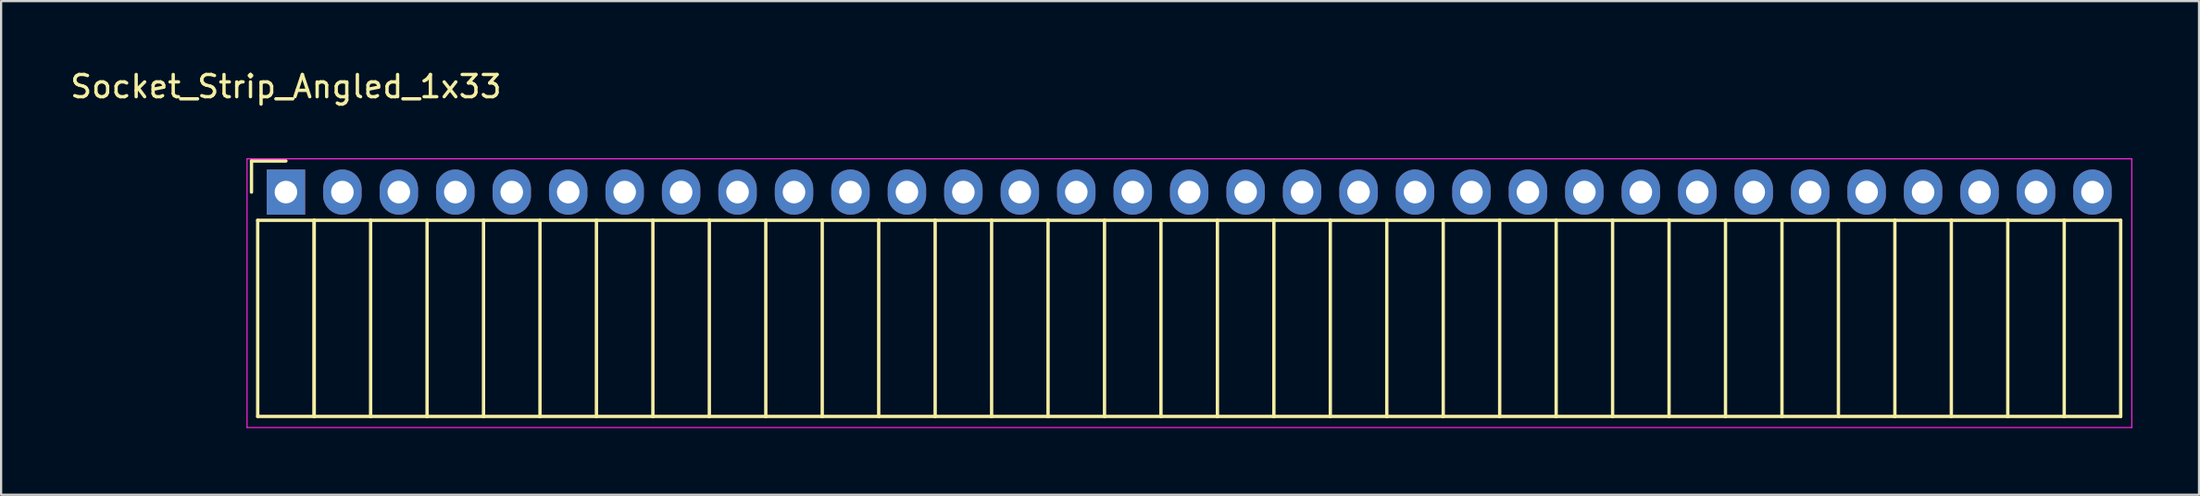
<source format=kicad_pcb>
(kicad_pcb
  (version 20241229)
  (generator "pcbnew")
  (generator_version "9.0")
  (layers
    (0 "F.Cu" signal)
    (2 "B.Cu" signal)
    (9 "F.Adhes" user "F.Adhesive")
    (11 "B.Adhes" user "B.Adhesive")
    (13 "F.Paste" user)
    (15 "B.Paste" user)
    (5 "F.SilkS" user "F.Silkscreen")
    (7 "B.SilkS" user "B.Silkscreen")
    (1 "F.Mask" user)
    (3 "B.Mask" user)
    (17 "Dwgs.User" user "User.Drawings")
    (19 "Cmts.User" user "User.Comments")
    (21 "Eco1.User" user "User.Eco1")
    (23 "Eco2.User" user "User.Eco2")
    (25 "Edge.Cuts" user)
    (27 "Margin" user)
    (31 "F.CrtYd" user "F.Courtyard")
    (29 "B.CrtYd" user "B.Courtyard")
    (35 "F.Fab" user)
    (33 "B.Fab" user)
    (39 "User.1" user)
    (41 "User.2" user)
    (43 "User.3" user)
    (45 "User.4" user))
  (footprint "Socket_Strip_Angled_1x33"
    (layer "F.Cu")
    (at 9.815 5.598)
    (property "Reference" "Socket_Strip_Angled_1x33" (at 0 -4.75 0) (layer "F.SilkS") (effects (font (size 1 1) (thickness 0.15))))
    (attr through_hole)
    (fp_line (start -1.55 -1.4) (end -1.55 0) (stroke (width 0.15) (type solid)) (layer "F.SilkS"))
    (fp_line (start -1.27 1.27) (end -1.27 10.1) (stroke (width 0.15) (type solid)) (layer "F.SilkS"))
    (fp_line (start -1.27 1.27) (end 1.27 1.27) (stroke (width 0.15) (type solid)) (layer "F.SilkS"))
    (fp_line (start -1.27 10.1) (end 1.27 10.1) (stroke (width 0.15) (type solid)) (layer "F.SilkS"))
    (fp_line (start 0 -1.4) (end -1.55 -1.4) (stroke (width 0.15) (type solid)) (layer "F.SilkS"))
    (fp_line (start 1.27 1.27) (end 1.27 10.1) (stroke (width 0.15) (type solid)) (layer "F.SilkS"))
    (fp_line (start 1.27 1.27) (end 3.81 1.27) (stroke (width 0.15) (type solid)) (layer "F.SilkS"))
    (fp_line (start 1.27 10.1) (end 1.27 1.27) (stroke (width 0.15) (type solid)) (layer "F.SilkS"))
    (fp_line (start 1.27 10.1) (end 3.81 10.1) (stroke (width 0.15) (type solid)) (layer "F.SilkS"))
    (fp_line (start 3.81 1.27) (end 6.35 1.27) (stroke (width 0.15) (type solid)) (layer "F.SilkS"))
    (fp_line (start 3.81 10.1) (end 3.81 1.27) (stroke (width 0.15) (type solid)) (layer "F.SilkS"))
    (fp_line (start 3.81 10.1) (end 6.35 10.1) (stroke (width 0.15) (type solid)) (layer "F.SilkS"))
    (fp_line (start 6.35 1.27) (end 8.89 1.27) (stroke (width 0.15) (type solid)) (layer "F.SilkS"))
    (fp_line (start 6.35 10.1) (end 6.35 1.27) (stroke (width 0.15) (type solid)) (layer "F.SilkS"))
    (fp_line (start 6.35 10.1) (end 8.89 10.1) (stroke (width 0.15) (type solid)) (layer "F.SilkS"))
    (fp_line (start 8.89 1.27) (end 11.43 1.27) (stroke (width 0.15) (type solid)) (layer "F.SilkS"))
    (fp_line (start 8.89 10.1) (end 8.89 1.27) (stroke (width 0.15) (type solid)) (layer "F.SilkS"))
    (fp_line (start 8.89 10.1) (end 11.43 10.1) (stroke (width 0.15) (type solid)) (layer "F.SilkS"))
    (fp_line (start 11.43 1.27) (end 13.97 1.27) (stroke (width 0.15) (type solid)) (layer "F.SilkS"))
    (fp_line (start 11.43 10.1) (end 11.43 1.27) (stroke (width 0.15) (type solid)) (layer "F.SilkS"))
    (fp_line (start 11.43 10.1) (end 13.97 10.1) (stroke (width 0.15) (type solid)) (layer "F.SilkS"))
    (fp_line (start 13.97 1.27) (end 16.51 1.27) (stroke (width 0.15) (type solid)) (layer "F.SilkS"))
    (fp_line (start 13.97 10.1) (end 13.97 1.27) (stroke (width 0.15) (type solid)) (layer "F.SilkS"))
    (fp_line (start 13.97 10.1) (end 16.51 10.1) (stroke (width 0.15) (type solid)) (layer "F.SilkS"))
    (fp_line (start 16.51 1.27) (end 19.05 1.27) (stroke (width 0.15) (type solid)) (layer "F.SilkS"))
    (fp_line (start 16.51 10.1) (end 16.51 1.27) (stroke (width 0.15) (type solid)) (layer "F.SilkS"))
    (fp_line (start 16.51 10.1) (end 19.05 10.1) (stroke (width 0.15) (type solid)) (layer "F.SilkS"))
    (fp_line (start 19.05 1.27) (end 21.59 1.27) (stroke (width 0.15) (type solid)) (layer "F.SilkS"))
    (fp_line (start 19.05 10.1) (end 19.05 1.27) (stroke (width 0.15) (type solid)) (layer "F.SilkS"))
    (fp_line (start 19.05 10.1) (end 21.59 10.1) (stroke (width 0.15) (type solid)) (layer "F.SilkS"))
    (fp_line (start 21.59 1.27) (end 24.13 1.27) (stroke (width 0.15) (type solid)) (layer "F.SilkS"))
    (fp_line (start 21.59 10.1) (end 21.59 1.27) (stroke (width 0.15) (type solid)) (layer "F.SilkS"))
    (fp_line (start 21.59 10.1) (end 24.13 10.1) (stroke (width 0.15) (type solid)) (layer "F.SilkS"))
    (fp_line (start 24.13 1.27) (end 26.67 1.27) (stroke (width 0.15) (type solid)) (layer "F.SilkS"))
    (fp_line (start 24.13 10.1) (end 24.13 1.27) (stroke (width 0.15) (type solid)) (layer "F.SilkS"))
    (fp_line (start 24.13 10.1) (end 26.67 10.1) (stroke (width 0.15) (type solid)) (layer "F.SilkS"))
    (fp_line (start 26.67 1.27) (end 29.21 1.27) (stroke (width 0.15) (type solid)) (layer "F.SilkS"))
    (fp_line (start 26.67 10.1) (end 26.67 1.27) (stroke (width 0.15) (type solid)) (layer "F.SilkS"))
    (fp_line (start 26.67 10.1) (end 29.21 10.1) (stroke (width 0.15) (type solid)) (layer "F.SilkS"))
    (fp_line (start 29.21 1.27) (end 31.75 1.27) (stroke (width 0.15) (type solid)) (layer "F.SilkS"))
    (fp_line (start 29.21 10.1) (end 29.21 1.27) (stroke (width 0.15) (type solid)) (layer "F.SilkS"))
    (fp_line (start 29.21 10.1) (end 31.75 10.1) (stroke (width 0.15) (type solid)) (layer "F.SilkS"))
    (fp_line (start 31.75 1.27) (end 34.29 1.27) (stroke (width 0.15) (type solid)) (layer "F.SilkS"))
    (fp_line (start 31.75 10.1) (end 31.75 1.27) (stroke (width 0.15) (type solid)) (layer "F.SilkS"))
    (fp_line (start 31.75 10.1) (end 34.29 10.1) (stroke (width 0.15) (type solid)) (layer "F.SilkS"))
    (fp_line (start 34.29 1.27) (end 36.83 1.27) (stroke (width 0.15) (type solid)) (layer "F.SilkS"))
    (fp_line (start 34.29 10.1) (end 34.29 1.27) (stroke (width 0.15) (type solid)) (layer "F.SilkS"))
    (fp_line (start 34.29 10.1) (end 36.83 10.1) (stroke (width 0.15) (type solid)) (layer "F.SilkS"))
    (fp_line (start 36.83 1.27) (end 39.37 1.27) (stroke (width 0.15) (type solid)) (layer "F.SilkS"))
    (fp_line (start 36.83 10.1) (end 36.83 1.27) (stroke (width 0.15) (type solid)) (layer "F.SilkS"))
    (fp_line (start 36.83 10.1) (end 39.37 10.1) (stroke (width 0.15) (type solid)) (layer "F.SilkS"))
    (fp_line (start 39.37 1.27) (end 41.91 1.27) (stroke (width 0.15) (type solid)) (layer "F.SilkS"))
    (fp_line (start 39.37 10.1) (end 39.37 1.27) (stroke (width 0.15) (type solid)) (layer "F.SilkS"))
    (fp_line (start 39.37 10.1) (end 41.91 10.1) (stroke (width 0.15) (type solid)) (layer "F.SilkS"))
    (fp_line (start 41.91 1.27) (end 44.45 1.27) (stroke (width 0.15) (type solid)) (layer "F.SilkS"))
    (fp_line (start 41.91 10.1) (end 41.91 1.27) (stroke (width 0.15) (type solid)) (layer "F.SilkS"))
    (fp_line (start 41.91 10.1) (end 44.45 10.1) (stroke (width 0.15) (type solid)) (layer "F.SilkS"))
    (fp_line (start 44.45 1.27) (end 46.99 1.27) (stroke (width 0.15) (type solid)) (layer "F.SilkS"))
    (fp_line (start 44.45 10.1) (end 44.45 1.27) (stroke (width 0.15) (type solid)) (layer "F.SilkS"))
    (fp_line (start 44.45 10.1) (end 46.99 10.1) (stroke (width 0.15) (type solid)) (layer "F.SilkS"))
    (fp_line (start 46.99 1.27) (end 49.53 1.27) (stroke (width 0.15) (type solid)) (layer "F.SilkS"))
    (fp_line (start 46.99 10.1) (end 46.99 1.27) (stroke (width 0.15) (type solid)) (layer "F.SilkS"))
    (fp_line (start 46.99 10.1) (end 49.53 10.1) (stroke (width 0.15) (type solid)) (layer "F.SilkS"))
    (fp_line (start 49.53 1.27) (end 52.07 1.27) (stroke (width 0.15) (type solid)) (layer "F.SilkS"))
    (fp_line (start 49.53 10.1) (end 49.53 1.27) (stroke (width 0.15) (type solid)) (layer "F.SilkS"))
    (fp_line (start 49.53 10.1) (end 52.07 10.1) (stroke (width 0.15) (type solid)) (layer "F.SilkS"))
    (fp_line (start 52.07 1.27) (end 54.61 1.27) (stroke (width 0.15) (type solid)) (layer "F.SilkS"))
    (fp_line (start 52.07 10.1) (end 52.07 1.27) (stroke (width 0.15) (type solid)) (layer "F.SilkS"))
    (fp_line (start 52.07 10.1) (end 54.61 10.1) (stroke (width 0.15) (type solid)) (layer "F.SilkS"))
    (fp_line (start 54.61 1.27) (end 57.15 1.27) (stroke (width 0.15) (type solid)) (layer "F.SilkS"))
    (fp_line (start 54.61 10.1) (end 54.61 1.27) (stroke (width 0.15) (type solid)) (layer "F.SilkS"))
    (fp_line (start 54.61 10.1) (end 57.15 10.1) (stroke (width 0.15) (type solid)) (layer "F.SilkS"))
    (fp_line (start 57.15 1.27) (end 59.69 1.27) (stroke (width 0.15) (type solid)) (layer "F.SilkS"))
    (fp_line (start 57.15 10.1) (end 57.15 1.27) (stroke (width 0.15) (type solid)) (layer "F.SilkS"))
    (fp_line (start 57.15 10.1) (end 59.69 10.1) (stroke (width 0.15) (type solid)) (layer "F.SilkS"))
    (fp_line (start 59.69 1.27) (end 62.23 1.27) (stroke (width 0.15) (type solid)) (layer "F.SilkS"))
    (fp_line (start 59.69 10.1) (end 59.69 1.27) (stroke (width 0.15) (type solid)) (layer "F.SilkS"))
    (fp_line (start 59.69 10.1) (end 62.23 10.1) (stroke (width 0.15) (type solid)) (layer "F.SilkS"))
    (fp_line (start 62.23 1.27) (end 64.77 1.27) (stroke (width 0.15) (type solid)) (layer "F.SilkS"))
    (fp_line (start 62.23 10.1) (end 62.23 1.27) (stroke (width 0.15) (type solid)) (layer "F.SilkS"))
    (fp_line (start 62.23 10.1) (end 64.77 10.1) (stroke (width 0.15) (type solid)) (layer "F.SilkS"))
    (fp_line (start 64.77 1.27) (end 67.31 1.27) (stroke (width 0.15) (type solid)) (layer "F.SilkS"))
    (fp_line (start 64.77 10.1) (end 64.77 1.27) (stroke (width 0.15) (type solid)) (layer "F.SilkS"))
    (fp_line (start 64.77 10.1) (end 67.31 10.1) (stroke (width 0.15) (type solid)) (layer "F.SilkS"))
    (fp_line (start 67.31 1.27) (end 69.85 1.27) (stroke (width 0.15) (type solid)) (layer "F.SilkS"))
    (fp_line (start 67.31 10.1) (end 67.31 1.27) (stroke (width 0.15) (type solid)) (layer "F.SilkS"))
    (fp_line (start 67.31 10.1) (end 69.85 10.1) (stroke (width 0.15) (type solid)) (layer "F.SilkS"))
    (fp_line (start 69.85 1.27) (end 72.39 1.27) (stroke (width 0.15) (type solid)) (layer "F.SilkS"))
    (fp_line (start 69.85 10.1) (end 69.85 1.27) (stroke (width 0.15) (type solid)) (layer "F.SilkS"))
    (fp_line (start 69.85 10.1) (end 72.39 10.1) (stroke (width 0.15) (type solid)) (layer "F.SilkS"))
    (fp_line (start 72.39 1.27) (end 74.93 1.27) (stroke (width 0.15) (type solid)) (layer "F.SilkS"))
    (fp_line (start 72.39 10.1) (end 72.39 1.27) (stroke (width 0.15) (type solid)) (layer "F.SilkS"))
    (fp_line (start 72.39 10.1) (end 74.93 10.1) (stroke (width 0.15) (type solid)) (layer "F.SilkS"))
    (fp_line (start 74.93 1.27) (end 77.47 1.27) (stroke (width 0.15) (type solid)) (layer "F.SilkS"))
    (fp_line (start 74.93 10.1) (end 74.93 1.27) (stroke (width 0.15) (type solid)) (layer "F.SilkS"))
    (fp_line (start 74.93 10.1) (end 77.47 10.1) (stroke (width 0.15) (type solid)) (layer "F.SilkS"))
    (fp_line (start 77.47 1.27) (end 80.01 1.27) (stroke (width 0.15) (type solid)) (layer "F.SilkS"))
    (fp_line (start 77.47 10.1) (end 77.47 1.27) (stroke (width 0.15) (type solid)) (layer "F.SilkS"))
    (fp_line (start 77.47 10.1) (end 80.01 10.1) (stroke (width 0.15) (type solid)) (layer "F.SilkS"))
    (fp_line (start 80.01 1.27) (end 82.55 1.27) (stroke (width 0.15) (type solid)) (layer "F.SilkS"))
    (fp_line (start 80.01 10.1) (end 80.01 1.27) (stroke (width 0.15) (type solid)) (layer "F.SilkS"))
    (fp_line (start 80.01 10.1) (end 82.55 10.1) (stroke (width 0.15) (type solid)) (layer "F.SilkS"))
    (fp_line (start 82.55 10.1) (end 82.55 1.27) (stroke (width 0.15) (type solid)) (layer "F.SilkS"))
    (fp_line (start -1.75 -1.5) (end -1.75 10.6) (stroke (width 0.05) (type solid)) (layer "F.CrtYd"))
    (fp_line (start -1.75 -1.5) (end 83.05 -1.5) (stroke (width 0.05) (type solid)) (layer "F.CrtYd"))
    (fp_line (start -1.75 10.6) (end 83.05 10.6) (stroke (width 0.05) (type solid)) (layer "F.CrtYd"))
    (fp_line (start 83.05 -1.5) (end 83.05 10.6) (stroke (width 0.05) (type solid)) (layer "F.CrtYd"))
    (pad "1" thru_hole rect (at 0 0) (size 1.727 2.032) (drill 1.016) (layers "*.Cu" "*.Mask"))
    (pad "2" thru_hole oval (at 2.54 0) (size 1.727 2.032) (drill 1.016) (layers "*.Cu" "*.Mask"))
    (pad "3" thru_hole oval (at 5.08 0) (size 1.727 2.032) (drill 1.016) (layers "*.Cu" "*.Mask"))
    (pad "4" thru_hole oval (at 7.62 0) (size 1.727 2.032) (drill 1.016) (layers "*.Cu" "*.Mask"))
    (pad "5" thru_hole oval (at 10.16 0) (size 1.727 2.032) (drill 1.016) (layers "*.Cu" "*.Mask"))
    (pad "6" thru_hole oval (at 12.7 0) (size 1.727 2.032) (drill 1.016) (layers "*.Cu" "*.Mask"))
    (pad "7" thru_hole oval (at 15.24 0) (size 1.727 2.032) (drill 1.016) (layers "*.Cu" "*.Mask"))
    (pad "8" thru_hole oval (at 17.78 0) (size 1.727 2.032) (drill 1.016) (layers "*.Cu" "*.Mask"))
    (pad "9" thru_hole oval (at 20.32 0) (size 1.727 2.032) (drill 1.016) (layers "*.Cu" "*.Mask"))
    (pad "10" thru_hole oval (at 22.86 0) (size 1.727 2.032) (drill 1.016) (layers "*.Cu" "*.Mask"))
    (pad "11" thru_hole oval (at 25.4 0) (size 1.727 2.032) (drill 1.016) (layers "*.Cu" "*.Mask"))
    (pad "12" thru_hole oval (at 27.94 0) (size 1.727 2.032) (drill 1.016) (layers "*.Cu" "*.Mask"))
    (pad "13" thru_hole oval (at 30.48 0) (size 1.727 2.032) (drill 1.016) (layers "*.Cu" "*.Mask"))
    (pad "14" thru_hole oval (at 33.02 0) (size 1.727 2.032) (drill 1.016) (layers "*.Cu" "*.Mask"))
    (pad "15" thru_hole oval (at 35.56 0) (size 1.727 2.032) (drill 1.016) (layers "*.Cu" "*.Mask"))
    (pad "16" thru_hole oval (at 38.1 0) (size 1.727 2.032) (drill 1.016) (layers "*.Cu" "*.Mask"))
    (pad "17" thru_hole oval (at 40.64 0) (size 1.727 2.032) (drill 1.016) (layers "*.Cu" "*.Mask"))
    (pad "18" thru_hole oval (at 43.18 0) (size 1.727 2.032) (drill 1.016) (layers "*.Cu" "*.Mask"))
    (pad "19" thru_hole oval (at 45.72 0) (size 1.727 2.032) (drill 1.016) (layers "*.Cu" "*.Mask"))
    (pad "20" thru_hole oval (at 48.26 0) (size 1.727 2.032) (drill 1.016) (layers "*.Cu" "*.Mask"))
    (pad "21" thru_hole oval (at 50.8 0) (size 1.727 2.032) (drill 1.016) (layers "*.Cu" "*.Mask"))
    (pad "22" thru_hole oval (at 53.34 0) (size 1.727 2.032) (drill 1.016) (layers "*.Cu" "*.Mask"))
    (pad "23" thru_hole oval (at 55.88 0) (size 1.727 2.032) (drill 1.016) (layers "*.Cu" "*.Mask"))
    (pad "24" thru_hole oval (at 58.42 0) (size 1.727 2.032) (drill 1.016) (layers "*.Cu" "*.Mask"))
    (pad "25" thru_hole oval (at 60.96 0) (size 1.727 2.032) (drill 1.016) (layers "*.Cu" "*.Mask"))
    (pad "26" thru_hole oval (at 63.5 0) (size 1.727 2.032) (drill 1.016) (layers "*.Cu" "*.Mask"))
    (pad "27" thru_hole oval (at 66.04 0) (size 1.727 2.032) (drill 1.016) (layers "*.Cu" "*.Mask"))
    (pad "28" thru_hole oval (at 68.58 0) (size 1.727 2.032) (drill 1.016) (layers "*.Cu" "*.Mask"))
    (pad "29" thru_hole oval (at 71.12 0) (size 1.727 2.032) (drill 1.016) (layers "*.Cu" "*.Mask"))
    (pad "30" thru_hole oval (at 73.66 0) (size 1.727 2.032) (drill 1.016) (layers "*.Cu" "*.Mask"))
    (pad "31" thru_hole oval (at 76.2 0) (size 1.727 2.032) (drill 1.016) (layers "*.Cu" "*.Mask"))
    (pad "32" thru_hole oval (at 78.74 0) (size 1.727 2.032) (drill 1.016) (layers "*.Cu" "*.Mask"))
    (pad "33" thru_hole oval (at 81.28 0) (size 1.727 2.032) (drill 1.016) (layers "*.Cu" "*.Mask")))
  (gr_rect
    (start -3 -3)
    (end 95.89 19.223)
    (stroke (width 0.1) (type default))
    (fill no)
    (layer "Edge.Cuts")))
</source>
